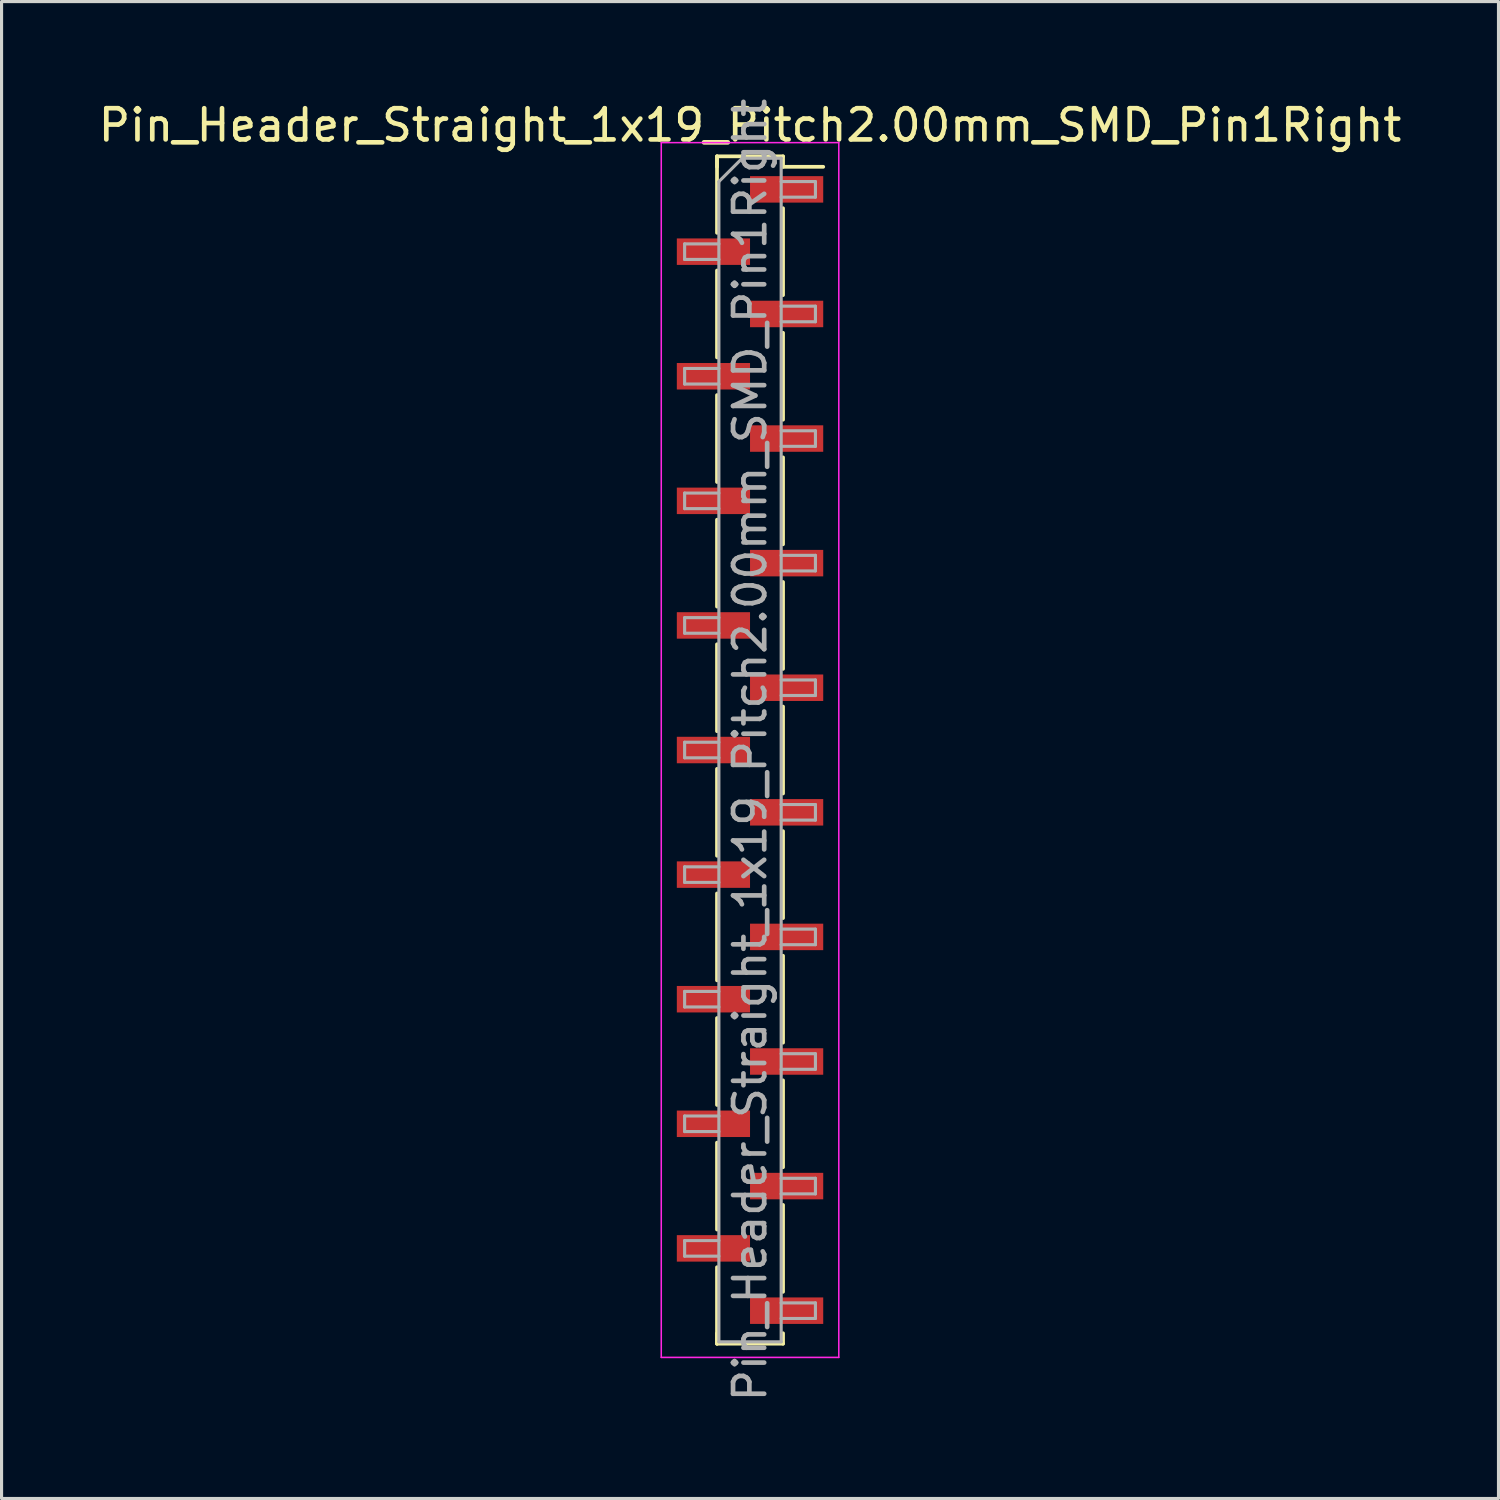
<source format=kicad_pcb>
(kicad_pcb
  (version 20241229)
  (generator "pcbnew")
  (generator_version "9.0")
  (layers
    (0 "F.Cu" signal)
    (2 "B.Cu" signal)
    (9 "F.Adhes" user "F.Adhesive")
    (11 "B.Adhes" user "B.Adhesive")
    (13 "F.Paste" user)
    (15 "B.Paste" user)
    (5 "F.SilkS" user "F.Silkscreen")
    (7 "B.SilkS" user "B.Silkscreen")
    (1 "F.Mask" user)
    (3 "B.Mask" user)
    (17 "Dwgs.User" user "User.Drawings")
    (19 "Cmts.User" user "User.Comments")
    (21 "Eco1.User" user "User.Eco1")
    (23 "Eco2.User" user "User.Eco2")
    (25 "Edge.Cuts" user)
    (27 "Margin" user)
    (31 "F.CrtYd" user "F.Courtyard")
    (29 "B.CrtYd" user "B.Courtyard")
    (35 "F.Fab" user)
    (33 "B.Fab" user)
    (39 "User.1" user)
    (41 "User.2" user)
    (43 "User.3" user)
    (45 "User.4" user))
  (footprint "Pin_Header_Straight_1x19_Pitch2.00mm_SMD_Pin1Right"
    (layer "F.Cu")
    (at 21.03 21.03)
    (property "Reference" "Pin_Header_Straight_1x19_Pitch2.00mm_SMD_Pin1Right" (at 0 -20.06 0) (layer "F.SilkS") (effects (font (size 1 1) (thickness 0.15))))
    (attr smd)
    (fp_line (start -1.06 -19.06) (end -1.06 -16.605) (stroke (width 0.12) (type solid)) (layer "F.SilkS"))
    (fp_line (start -1.06 -19.06) (end 1.06 -19.06) (stroke (width 0.12) (type solid)) (layer "F.SilkS"))
    (fp_line (start -1.06 -18.725) (end -1.06 -19.06) (stroke (width 0.12) (type solid)) (layer "F.SilkS"))
    (fp_line (start -1.06 -15.395) (end -1.06 -12.605) (stroke (width 0.12) (type solid)) (layer "F.SilkS"))
    (fp_line (start -1.06 -11.395) (end -1.06 -8.605) (stroke (width 0.12) (type solid)) (layer "F.SilkS"))
    (fp_line (start -1.06 -7.395) (end -1.06 -4.605) (stroke (width 0.12) (type solid)) (layer "F.SilkS"))
    (fp_line (start -1.06 -3.395) (end -1.06 -0.605) (stroke (width 0.12) (type solid)) (layer "F.SilkS"))
    (fp_line (start -1.06 0.605) (end -1.06 3.395) (stroke (width 0.12) (type solid)) (layer "F.SilkS"))
    (fp_line (start -1.06 4.605) (end -1.06 7.395) (stroke (width 0.12) (type solid)) (layer "F.SilkS"))
    (fp_line (start -1.06 8.605) (end -1.06 11.395) (stroke (width 0.12) (type solid)) (layer "F.SilkS"))
    (fp_line (start -1.06 12.605) (end -1.06 15.395) (stroke (width 0.12) (type solid)) (layer "F.SilkS"))
    (fp_line (start -1.06 16.605) (end -1.06 19.06) (stroke (width 0.12) (type solid)) (layer "F.SilkS"))
    (fp_line (start -1.06 18.725) (end -1.06 19.06) (stroke (width 0.12) (type solid)) (layer "F.SilkS"))
    (fp_line (start -1.06 19.06) (end 1.06 19.06) (stroke (width 0.12) (type solid)) (layer "F.SilkS"))
    (fp_line (start 1.06 -19.06) (end 1.06 -18.725) (stroke (width 0.12) (type solid)) (layer "F.SilkS"))
    (fp_line (start 1.06 -18.725) (end 2.35 -18.725) (stroke (width 0.12) (type solid)) (layer "F.SilkS"))
    (fp_line (start 1.06 -17.395) (end 1.06 -14.605) (stroke (width 0.12) (type solid)) (layer "F.SilkS"))
    (fp_line (start 1.06 -13.395) (end 1.06 -10.605) (stroke (width 0.12) (type solid)) (layer "F.SilkS"))
    (fp_line (start 1.06 -9.395) (end 1.06 -6.605) (stroke (width 0.12) (type solid)) (layer "F.SilkS"))
    (fp_line (start 1.06 -5.395) (end 1.06 -2.605) (stroke (width 0.12) (type solid)) (layer "F.SilkS"))
    (fp_line (start 1.06 -1.395) (end 1.06 1.395) (stroke (width 0.12) (type solid)) (layer "F.SilkS"))
    (fp_line (start 1.06 2.605) (end 1.06 5.395) (stroke (width 0.12) (type solid)) (layer "F.SilkS"))
    (fp_line (start 1.06 6.605) (end 1.06 9.395) (stroke (width 0.12) (type solid)) (layer "F.SilkS"))
    (fp_line (start 1.06 10.605) (end 1.06 13.395) (stroke (width 0.12) (type solid)) (layer "F.SilkS"))
    (fp_line (start 1.06 14.605) (end 1.06 17.395) (stroke (width 0.12) (type solid)) (layer "F.SilkS"))
    (fp_line (start 1.06 19.06) (end 1.06 18.725) (stroke (width 0.12) (type solid)) (layer "F.SilkS"))
    (fp_line (start -2.85 -19.5) (end -2.85 19.5) (stroke (width 0.05) (type solid)) (layer "F.CrtYd"))
    (fp_line (start -2.85 19.5) (end 2.85 19.5) (stroke (width 0.05) (type solid)) (layer "F.CrtYd"))
    (fp_line (start 2.85 -19.5) (end -2.85 -19.5) (stroke (width 0.05) (type solid)) (layer "F.CrtYd"))
    (fp_line (start 2.85 19.5) (end 2.85 -19.5) (stroke (width 0.05) (type solid)) (layer "F.CrtYd"))
    (fp_line (start -2.1 -16.25) (end -2.1 -15.75) (stroke (width 0.1) (type solid)) (layer "F.Fab"))
    (fp_line (start -2.1 -15.75) (end -1 -15.75) (stroke (width 0.1) (type solid)) (layer "F.Fab"))
    (fp_line (start -2.1 -12.25) (end -2.1 -11.75) (stroke (width 0.1) (type solid)) (layer "F.Fab"))
    (fp_line (start -2.1 -11.75) (end -1 -11.75) (stroke (width 0.1) (type solid)) (layer "F.Fab"))
    (fp_line (start -2.1 -8.25) (end -2.1 -7.75) (stroke (width 0.1) (type solid)) (layer "F.Fab"))
    (fp_line (start -2.1 -7.75) (end -1 -7.75) (stroke (width 0.1) (type solid)) (layer "F.Fab"))
    (fp_line (start -2.1 -4.25) (end -2.1 -3.75) (stroke (width 0.1) (type solid)) (layer "F.Fab"))
    (fp_line (start -2.1 -3.75) (end -1 -3.75) (stroke (width 0.1) (type solid)) (layer "F.Fab"))
    (fp_line (start -2.1 -0.25) (end -2.1 0.25) (stroke (width 0.1) (type solid)) (layer "F.Fab"))
    (fp_line (start -2.1 0.25) (end -1 0.25) (stroke (width 0.1) (type solid)) (layer "F.Fab"))
    (fp_line (start -2.1 3.75) (end -2.1 4.25) (stroke (width 0.1) (type solid)) (layer "F.Fab"))
    (fp_line (start -2.1 4.25) (end -1 4.25) (stroke (width 0.1) (type solid)) (layer "F.Fab"))
    (fp_line (start -2.1 7.75) (end -2.1 8.25) (stroke (width 0.1) (type solid)) (layer "F.Fab"))
    (fp_line (start -2.1 8.25) (end -1 8.25) (stroke (width 0.1) (type solid)) (layer "F.Fab"))
    (fp_line (start -2.1 11.75) (end -2.1 12.25) (stroke (width 0.1) (type solid)) (layer "F.Fab"))
    (fp_line (start -2.1 12.25) (end -1 12.25) (stroke (width 0.1) (type solid)) (layer "F.Fab"))
    (fp_line (start -2.1 15.75) (end -2.1 16.25) (stroke (width 0.1) (type solid)) (layer "F.Fab"))
    (fp_line (start -2.1 16.25) (end -1 16.25) (stroke (width 0.1) (type solid)) (layer "F.Fab"))
    (fp_line (start -1 -18.25) (end -0.25 -19) (stroke (width 0.1) (type solid)) (layer "F.Fab"))
    (fp_line (start -1 -16.25) (end -2.1 -16.25) (stroke (width 0.1) (type solid)) (layer "F.Fab"))
    (fp_line (start -1 -12.25) (end -2.1 -12.25) (stroke (width 0.1) (type solid)) (layer "F.Fab"))
    (fp_line (start -1 -8.25) (end -2.1 -8.25) (stroke (width 0.1) (type solid)) (layer "F.Fab"))
    (fp_line (start -1 -4.25) (end -2.1 -4.25) (stroke (width 0.1) (type solid)) (layer "F.Fab"))
    (fp_line (start -1 -0.25) (end -2.1 -0.25) (stroke (width 0.1) (type solid)) (layer "F.Fab"))
    (fp_line (start -1 3.75) (end -2.1 3.75) (stroke (width 0.1) (type solid)) (layer "F.Fab"))
    (fp_line (start -1 7.75) (end -2.1 7.75) (stroke (width 0.1) (type solid)) (layer "F.Fab"))
    (fp_line (start -1 11.75) (end -2.1 11.75) (stroke (width 0.1) (type solid)) (layer "F.Fab"))
    (fp_line (start -1 15.75) (end -2.1 15.75) (stroke (width 0.1) (type solid)) (layer "F.Fab"))
    (fp_line (start -1 19) (end -1 -18.25) (stroke (width 0.1) (type solid)) (layer "F.Fab"))
    (fp_line (start -0.25 -19) (end 1 -19) (stroke (width 0.1) (type solid)) (layer "F.Fab"))
    (fp_line (start 1 -19) (end 1 19) (stroke (width 0.1) (type solid)) (layer "F.Fab"))
    (fp_line (start 1 -18.25) (end 2.1 -18.25) (stroke (width 0.1) (type solid)) (layer "F.Fab"))
    (fp_line (start 1 -14.25) (end 2.1 -14.25) (stroke (width 0.1) (type solid)) (layer "F.Fab"))
    (fp_line (start 1 -10.25) (end 2.1 -10.25) (stroke (width 0.1) (type solid)) (layer "F.Fab"))
    (fp_line (start 1 -6.25) (end 2.1 -6.25) (stroke (width 0.1) (type solid)) (layer "F.Fab"))
    (fp_line (start 1 -2.25) (end 2.1 -2.25) (stroke (width 0.1) (type solid)) (layer "F.Fab"))
    (fp_line (start 1 1.75) (end 2.1 1.75) (stroke (width 0.1) (type solid)) (layer "F.Fab"))
    (fp_line (start 1 5.75) (end 2.1 5.75) (stroke (width 0.1) (type solid)) (layer "F.Fab"))
    (fp_line (start 1 9.75) (end 2.1 9.75) (stroke (width 0.1) (type solid)) (layer "F.Fab"))
    (fp_line (start 1 13.75) (end 2.1 13.75) (stroke (width 0.1) (type solid)) (layer "F.Fab"))
    (fp_line (start 1 17.75) (end 2.1 17.75) (stroke (width 0.1) (type solid)) (layer "F.Fab"))
    (fp_line (start 1 19) (end -1 19) (stroke (width 0.1) (type solid)) (layer "F.Fab"))
    (fp_line (start 2.1 -18.25) (end 2.1 -17.75) (stroke (width 0.1) (type solid)) (layer "F.Fab"))
    (fp_line (start 2.1 -17.75) (end 1 -17.75) (stroke (width 0.1) (type solid)) (layer "F.Fab"))
    (fp_line (start 2.1 -14.25) (end 2.1 -13.75) (stroke (width 0.1) (type solid)) (layer "F.Fab"))
    (fp_line (start 2.1 -13.75) (end 1 -13.75) (stroke (width 0.1) (type solid)) (layer "F.Fab"))
    (fp_line (start 2.1 -10.25) (end 2.1 -9.75) (stroke (width 0.1) (type solid)) (layer "F.Fab"))
    (fp_line (start 2.1 -9.75) (end 1 -9.75) (stroke (width 0.1) (type solid)) (layer "F.Fab"))
    (fp_line (start 2.1 -6.25) (end 2.1 -5.75) (stroke (width 0.1) (type solid)) (layer "F.Fab"))
    (fp_line (start 2.1 -5.75) (end 1 -5.75) (stroke (width 0.1) (type solid)) (layer "F.Fab"))
    (fp_line (start 2.1 -2.25) (end 2.1 -1.75) (stroke (width 0.1) (type solid)) (layer "F.Fab"))
    (fp_line (start 2.1 -1.75) (end 1 -1.75) (stroke (width 0.1) (type solid)) (layer "F.Fab"))
    (fp_line (start 2.1 1.75) (end 2.1 2.25) (stroke (width 0.1) (type solid)) (layer "F.Fab"))
    (fp_line (start 2.1 2.25) (end 1 2.25) (stroke (width 0.1) (type solid)) (layer "F.Fab"))
    (fp_line (start 2.1 5.75) (end 2.1 6.25) (stroke (width 0.1) (type solid)) (layer "F.Fab"))
    (fp_line (start 2.1 6.25) (end 1 6.25) (stroke (width 0.1) (type solid)) (layer "F.Fab"))
    (fp_line (start 2.1 9.75) (end 2.1 10.25) (stroke (width 0.1) (type solid)) (layer "F.Fab"))
    (fp_line (start 2.1 10.25) (end 1 10.25) (stroke (width 0.1) (type solid)) (layer "F.Fab"))
    (fp_line (start 2.1 13.75) (end 2.1 14.25) (stroke (width 0.1) (type solid)) (layer "F.Fab"))
    (fp_line (start 2.1 14.25) (end 1 14.25) (stroke (width 0.1) (type solid)) (layer "F.Fab"))
    (fp_line (start 2.1 17.75) (end 2.1 18.25) (stroke (width 0.1) (type solid)) (layer "F.Fab"))
    (fp_line (start 2.1 18.25) (end 1 18.25) (stroke (width 0.1) (type solid)) (layer "F.Fab"))
    (fp_text user "${REFERENCE}" (at 0 0 90) (layer "F.Fab") (effects (font (size 1 1) (thickness 0.15))))
    (pad "1" smd rect (at 1.175 -18) (size 2.35 0.85) (layers "F.Cu" "F.Mask" "F.Paste"))
    (pad "2" smd rect (at -1.175 -16) (size 2.35 0.85) (layers "F.Cu" "F.Mask" "F.Paste"))
    (pad "3" smd rect (at 1.175 -14) (size 2.35 0.85) (layers "F.Cu" "F.Mask" "F.Paste"))
    (pad "4" smd rect (at -1.175 -12) (size 2.35 0.85) (layers "F.Cu" "F.Mask" "F.Paste"))
    (pad "5" smd rect (at 1.175 -10) (size 2.35 0.85) (layers "F.Cu" "F.Mask" "F.Paste"))
    (pad "6" smd rect (at -1.175 -8) (size 2.35 0.85) (layers "F.Cu" "F.Mask" "F.Paste"))
    (pad "7" smd rect (at 1.175 -6) (size 2.35 0.85) (layers "F.Cu" "F.Mask" "F.Paste"))
    (pad "8" smd rect (at -1.175 -4) (size 2.35 0.85) (layers "F.Cu" "F.Mask" "F.Paste"))
    (pad "9" smd rect (at 1.175 -2) (size 2.35 0.85) (layers "F.Cu" "F.Mask" "F.Paste"))
    (pad "10" smd rect (at -1.175 0) (size 2.35 0.85) (layers "F.Cu" "F.Mask" "F.Paste"))
    (pad "11" smd rect (at 1.175 2) (size 2.35 0.85) (layers "F.Cu" "F.Mask" "F.Paste"))
    (pad "12" smd rect (at -1.175 4) (size 2.35 0.85) (layers "F.Cu" "F.Mask" "F.Paste"))
    (pad "13" smd rect (at 1.175 6) (size 2.35 0.85) (layers "F.Cu" "F.Mask" "F.Paste"))
    (pad "14" smd rect (at -1.175 8) (size 2.35 0.85) (layers "F.Cu" "F.Mask" "F.Paste"))
    (pad "15" smd rect (at 1.175 10) (size 2.35 0.85) (layers "F.Cu" "F.Mask" "F.Paste"))
    (pad "16" smd rect (at -1.175 12) (size 2.35 0.85) (layers "F.Cu" "F.Mask" "F.Paste"))
    (pad "17" smd rect (at 1.175 14) (size 2.35 0.85) (layers "F.Cu" "F.Mask" "F.Paste"))
    (pad "18" smd rect (at -1.175 16) (size 2.35 0.85) (layers "F.Cu" "F.Mask" "F.Paste"))
    (pad "19" smd rect (at 1.175 18) (size 2.35 0.85) (layers "F.Cu" "F.Mask" "F.Paste")))
  (gr_rect
    (start -3 -3)
    (end 45.06 45.06)
    (stroke (width 0.1) (type default))
    (fill no)
    (layer "Edge.Cuts")))
</source>
